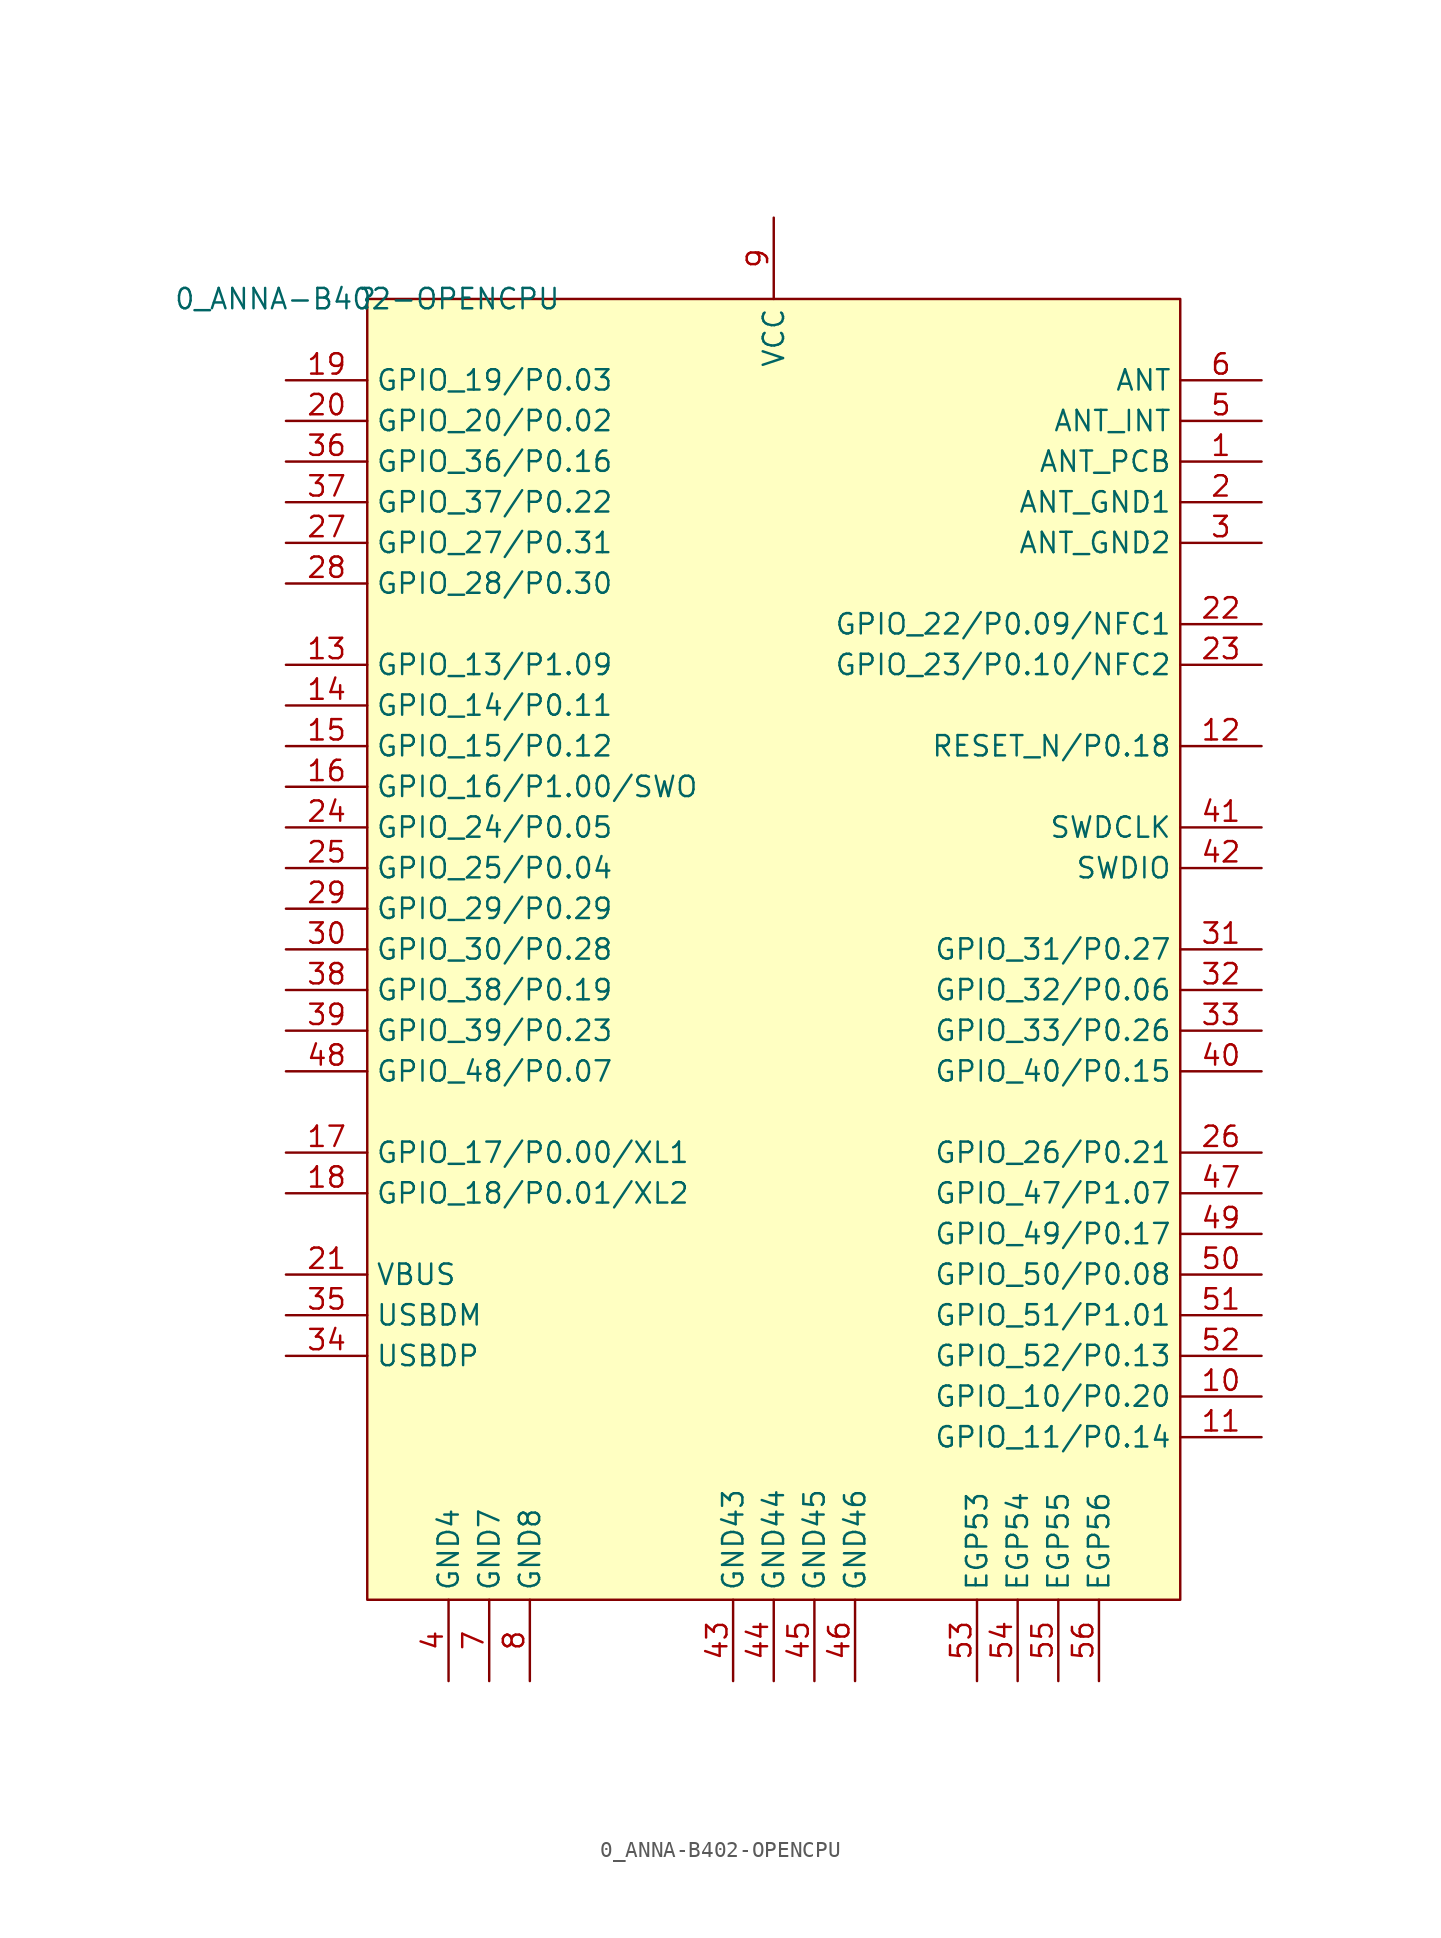
<source format=kicad_sym>
(kicad_symbol_lib
  (version 20211014)
  (generator kicad_symbol_editor)
  (symbol "0_ANNA-B402-OPENCPU"
    (property "Reference" ""
      (at 0 0 0)
      (effects (font (size 1.27 1.27))))
    (property "Value" "0_ANNA-B402-OPENCPU"
      (at 0 0 0)
      (effects (font (size 1.27 1.27))))
    (symbol "0_ANNA-B402-OPENCPU_1_0"
      (rectangle (start 50.8 0) (end 0 -81.28) (stroke (width 0) (type default) (color 0 0 0 0)) (fill (type background)))
      (pin passive line (at 55.88 -10.16 180) (length 5.08) (name "ANT_PCB" (effects (font (size 1.27 1.27)))) (number "1" (effects (font (size 1.27 1.27)))))
      (pin bidirectional line (at 55.88 -68.58 180) (length 5.08) (name "GPIO_10/P0.20" (effects (font (size 1.27 1.27)))) (number "10" (effects (font (size 1.27 1.27)))))
      (pin bidirectional line (at 55.88 -71.12 180) (length 5.08) (name "GPIO_11/P0.14" (effects (font (size 1.27 1.27)))) (number "11" (effects (font (size 1.27 1.27)))))
      (pin input line (at 55.88 -27.94 180) (length 5.08) (name "RESET_N/P0.18" (effects (font (size 1.27 1.27)))) (number "12" (effects (font (size 1.27 1.27)))))
      (pin bidirectional line (at -5.08 -22.86 0) (length 5.08) (name "GPIO_13/P1.09" (effects (font (size 1.27 1.27)))) (number "13" (effects (font (size 1.27 1.27)))))
      (pin bidirectional line (at -5.08 -25.4 0) (length 5.08) (name "GPIO_14/P0.11" (effects (font (size 1.27 1.27)))) (number "14" (effects (font (size 1.27 1.27)))))
      (pin bidirectional line (at -5.08 -27.94 0) (length 5.08) (name "GPIO_15/P0.12" (effects (font (size 1.27 1.27)))) (number "15" (effects (font (size 1.27 1.27)))))
      (pin bidirectional line (at -5.08 -30.48 0) (length 5.08) (name "GPIO_16/P1.00/SWO" (effects (font (size 1.27 1.27)))) (number "16" (effects (font (size 1.27 1.27)))))
      (pin bidirectional line (at -5.08 -53.34 0) (length 5.08) (name "GPIO_17/P0.00/XL1" (effects (font (size 1.27 1.27)))) (number "17" (effects (font (size 1.27 1.27)))))
      (pin bidirectional line (at -5.08 -55.88 0) (length 5.08) (name "GPIO_18/P0.01/XL2" (effects (font (size 1.27 1.27)))) (number "18" (effects (font (size 1.27 1.27)))))
      (pin bidirectional line (at -5.08 -5.08 0) (length 5.08) (name "GPIO_19/P0.03" (effects (font (size 1.27 1.27)))) (number "19" (effects (font (size 1.27 1.27)))))
      (pin power_in line (at 55.88 -12.7 180) (length 5.08) (name "ANT_GND1" (effects (font (size 1.27 1.27)))) (number "2" (effects (font (size 1.27 1.27)))))
      (pin bidirectional line (at -5.08 -7.62 0) (length 5.08) (name "GPIO_20/P0.02" (effects (font (size 1.27 1.27)))) (number "20" (effects (font (size 1.27 1.27)))))
      (pin power_in line (at -5.08 -60.96 0) (length 5.08) (name "VBUS" (effects (font (size 1.27 1.27)))) (number "21" (effects (font (size 1.27 1.27)))))
      (pin bidirectional line (at 55.88 -20.32 180) (length 5.08) (name "GPIO_22/P0.09/NFC1" (effects (font (size 1.27 1.27)))) (number "22" (effects (font (size 1.27 1.27)))))
      (pin bidirectional line (at 55.88 -22.86 180) (length 5.08) (name "GPIO_23/P0.10/NFC2" (effects (font (size 1.27 1.27)))) (number "23" (effects (font (size 1.27 1.27)))))
      (pin bidirectional line (at -5.08 -33.02 0) (length 5.08) (name "GPIO_24/P0.05" (effects (font (size 1.27 1.27)))) (number "24" (effects (font (size 1.27 1.27)))))
      (pin bidirectional line (at -5.08 -35.56 0) (length 5.08) (name "GPIO_25/P0.04" (effects (font (size 1.27 1.27)))) (number "25" (effects (font (size 1.27 1.27)))))
      (pin bidirectional line (at 55.88 -53.34 180) (length 5.08) (name "GPIO_26/P0.21" (effects (font (size 1.27 1.27)))) (number "26" (effects (font (size 1.27 1.27)))))
      (pin bidirectional line (at -5.08 -15.24 0) (length 5.08) (name "GPIO_27/P0.31" (effects (font (size 1.27 1.27)))) (number "27" (effects (font (size 1.27 1.27)))))
      (pin bidirectional line (at -5.08 -17.78 0) (length 5.08) (name "GPIO_28/P0.30" (effects (font (size 1.27 1.27)))) (number "28" (effects (font (size 1.27 1.27)))))
      (pin bidirectional line (at -5.08 -38.1 0) (length 5.08) (name "GPIO_29/P0.29" (effects (font (size 1.27 1.27)))) (number "29" (effects (font (size 1.27 1.27)))))
      (pin power_in line (at 55.88 -15.24 180) (length 5.08) (name "ANT_GND2" (effects (font (size 1.27 1.27)))) (number "3" (effects (font (size 1.27 1.27)))))
      (pin bidirectional line (at -5.08 -40.64 0) (length 5.08) (name "GPIO_30/P0.28" (effects (font (size 1.27 1.27)))) (number "30" (effects (font (size 1.27 1.27)))))
      (pin bidirectional line (at 55.88 -40.64 180) (length 5.08) (name "GPIO_31/P0.27" (effects (font (size 1.27 1.27)))) (number "31" (effects (font (size 1.27 1.27)))))
      (pin bidirectional line (at 55.88 -43.18 180) (length 5.08) (name "GPIO_32/P0.06" (effects (font (size 1.27 1.27)))) (number "32" (effects (font (size 1.27 1.27)))))
      (pin bidirectional line (at 55.88 -45.72 180) (length 5.08) (name "GPIO_33/P0.26" (effects (font (size 1.27 1.27)))) (number "33" (effects (font (size 1.27 1.27)))))
      (pin bidirectional line (at -5.08 -66.04 0) (length 5.08) (name "USBDP" (effects (font (size 1.27 1.27)))) (number "34" (effects (font (size 1.27 1.27)))))
      (pin bidirectional line (at -5.08 -63.5 0) (length 5.08) (name "USBDM" (effects (font (size 1.27 1.27)))) (number "35" (effects (font (size 1.27 1.27)))))
      (pin bidirectional line (at -5.08 -10.16 0) (length 5.08) (name "GPIO_36/P0.16" (effects (font (size 1.27 1.27)))) (number "36" (effects (font (size 1.27 1.27)))))
      (pin bidirectional line (at -5.08 -12.7 0) (length 5.08) (name "GPIO_37/P0.22" (effects (font (size 1.27 1.27)))) (number "37" (effects (font (size 1.27 1.27)))))
      (pin bidirectional line (at -5.08 -43.18 0) (length 5.08) (name "GPIO_38/P0.19" (effects (font (size 1.27 1.27)))) (number "38" (effects (font (size 1.27 1.27)))))
      (pin bidirectional line (at -5.08 -45.72 0) (length 5.08) (name "GPIO_39/P0.23" (effects (font (size 1.27 1.27)))) (number "39" (effects (font (size 1.27 1.27)))))
      (pin power_in line (at 5.08 -86.36 90) (length 5.08) (name "GND4" (effects (font (size 1.27 1.27)))) (number "4" (effects (font (size 1.27 1.27)))))
      (pin bidirectional line (at 55.88 -48.26 180) (length 5.08) (name "GPIO_40/P0.15" (effects (font (size 1.27 1.27)))) (number "40" (effects (font (size 1.27 1.27)))))
      (pin input line (at 55.88 -33.02 180) (length 5.08) (name "SWDCLK" (effects (font (size 1.27 1.27)))) (number "41" (effects (font (size 1.27 1.27)))))
      (pin bidirectional line (at 55.88 -35.56 180) (length 5.08) (name "SWDIO" (effects (font (size 1.27 1.27)))) (number "42" (effects (font (size 1.27 1.27)))))
      (pin power_in line (at 22.86 -86.36 90) (length 5.08) (name "GND43" (effects (font (size 1.27 1.27)))) (number "43" (effects (font (size 1.27 1.27)))))
      (pin power_in line (at 25.4 -86.36 90) (length 5.08) (name "GND44" (effects (font (size 1.27 1.27)))) (number "44" (effects (font (size 1.27 1.27)))))
      (pin power_in line (at 27.94 -86.36 90) (length 5.08) (name "GND45" (effects (font (size 1.27 1.27)))) (number "45" (effects (font (size 1.27 1.27)))))
      (pin power_in line (at 30.48 -86.36 90) (length 5.08) (name "GND46" (effects (font (size 1.27 1.27)))) (number "46" (effects (font (size 1.27 1.27)))))
      (pin bidirectional line (at 55.88 -55.88 180) (length 5.08) (name "GPIO_47/P1.07" (effects (font (size 1.27 1.27)))) (number "47" (effects (font (size 1.27 1.27)))))
      (pin bidirectional line (at -5.08 -48.26 0) (length 5.08) (name "GPIO_48/P0.07" (effects (font (size 1.27 1.27)))) (number "48" (effects (font (size 1.27 1.27)))))
      (pin bidirectional line (at 55.88 -58.42 180) (length 5.08) (name "GPIO_49/P0.17" (effects (font (size 1.27 1.27)))) (number "49" (effects (font (size 1.27 1.27)))))
      (pin bidirectional line (at 55.88 -7.62 180) (length 5.08) (name "ANT_INT" (effects (font (size 1.27 1.27)))) (number "5" (effects (font (size 1.27 1.27)))))
      (pin bidirectional line (at 55.88 -60.96 180) (length 5.08) (name "GPIO_50/P0.08" (effects (font (size 1.27 1.27)))) (number "50" (effects (font (size 1.27 1.27)))))
      (pin bidirectional line (at 55.88 -63.5 180) (length 5.08) (name "GPIO_51/P1.01" (effects (font (size 1.27 1.27)))) (number "51" (effects (font (size 1.27 1.27)))))
      (pin bidirectional line (at 55.88 -66.04 180) (length 5.08) (name "GPIO_52/P0.13" (effects (font (size 1.27 1.27)))) (number "52" (effects (font (size 1.27 1.27)))))
      (pin power_in line (at 38.1 -86.36 90) (length 5.08) (name "EGP53" (effects (font (size 1.27 1.27)))) (number "53" (effects (font (size 1.27 1.27)))))
      (pin power_in line (at 40.64 -86.36 90) (length 5.08) (name "EGP54" (effects (font (size 1.27 1.27)))) (number "54" (effects (font (size 1.27 1.27)))))
      (pin power_in line (at 43.18 -86.36 90) (length 5.08) (name "EGP55" (effects (font (size 1.27 1.27)))) (number "55" (effects (font (size 1.27 1.27)))))
      (pin power_in line (at 45.72 -86.36 90) (length 5.08) (name "EGP56" (effects (font (size 1.27 1.27)))) (number "56" (effects (font (size 1.27 1.27)))))
      (pin bidirectional line (at 55.88 -5.08 180) (length 5.08) (name "ANT" (effects (font (size 1.27 1.27)))) (number "6" (effects (font (size 1.27 1.27)))))
      (pin power_in line (at 7.62 -86.36 90) (length 5.08) (name "GND7" (effects (font (size 1.27 1.27)))) (number "7" (effects (font (size 1.27 1.27)))))
      (pin power_in line (at 10.16 -86.36 90) (length 5.08) (name "GND8" (effects (font (size 1.27 1.27)))) (number "8" (effects (font (size 1.27 1.27)))))
      (pin power_in line (at 25.4 5.08 270) (length 5.08) (name "VCC" (effects (font (size 1.27 1.27)))) (number "9" (effects (font (size 1.27 1.27))))))))
</source>
